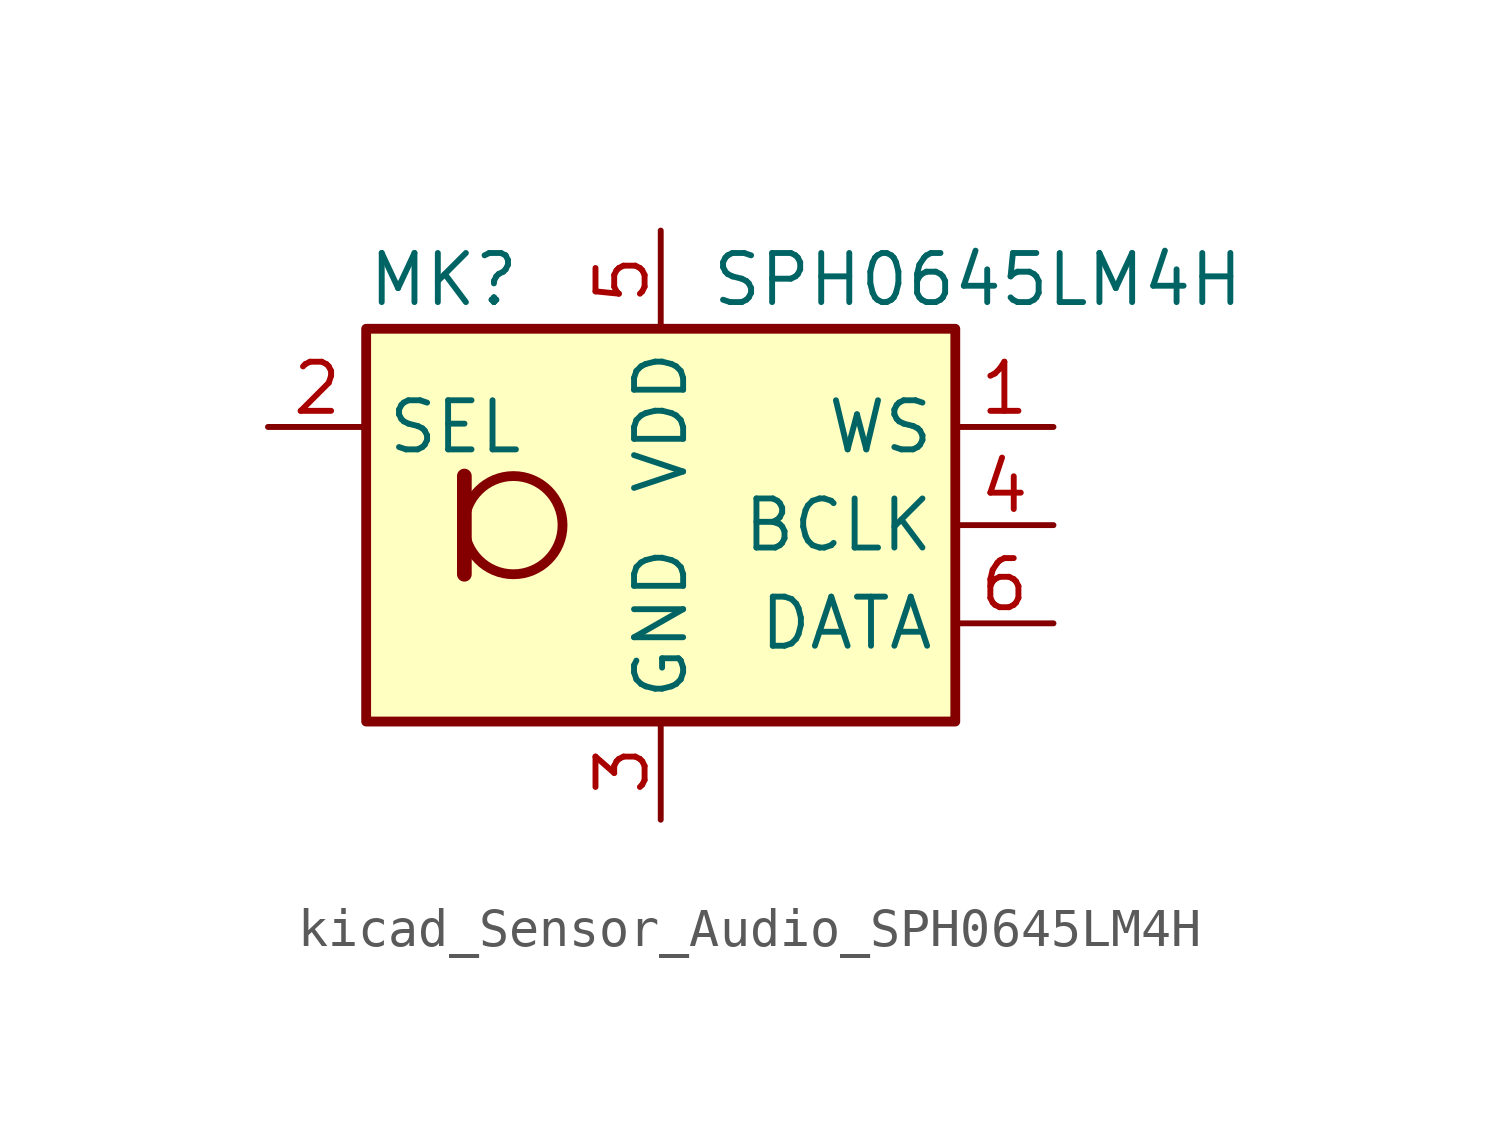
<source format=kicad_sym>
(kicad_symbol_lib
  (version 20220914)
  (generator kicad_symbol_editor)
  (symbol "kicad_Sensor_Audio_SPH0645LM4H"
    (property "Reference" "MK"
      (at -7.62 6.35 0)
      (effects (font (size 1.27 1.27)) (justify left)))
    (property "Value" "SPH0645LM4H"
      (at 1.27 6.35 0)
      (effects (font (size 1.27 1.27)) (justify left)))
    (symbol "kicad_Sensor_Audio_SPH0645LM4H_1_1"
      (rectangle (start -7.62 5.08) (end 7.62 -5.08) (stroke (width 0.254) (type default)) (fill (type background)))
      (circle (center -3.81 0) (radius 1.27) (stroke (width 0.254) (type default)) (fill (type none)))
      (polyline (pts (xy -5.08 1.27) (xy -5.08 -1.27)) (stroke (width 0.381) (type default)) (fill (type none)))
      (pin input line (at 10.16 2.54 180) (length 2.54) (name "WS" (effects (font (size 1.27 1.27)))) (number "1" (effects (font (size 1.27 1.27)))))
      (pin input line (at -10.16 2.54 0) (length 2.54) (name "SEL" (effects (font (size 1.27 1.27)))) (number "2" (effects (font (size 1.27 1.27)))))
      (pin power_in line (at 0 -7.62 90) (length 2.54) (name "GND" (effects (font (size 1.27 1.27)))) (number "3" (effects (font (size 1.27 1.27)))))
      (pin input line (at 10.16 0 180) (length 2.54) (name "BCLK" (effects (font (size 1.27 1.27)))) (number "4" (effects (font (size 1.27 1.27)))))
      (pin power_in line (at 0 7.62 270) (length 2.54) (name "VDD" (effects (font (size 1.27 1.27)))) (number "5" (effects (font (size 1.27 1.27)))))
      (pin output line (at 10.16 -2.54 180) (length 2.54) (name "DATA" (effects (font (size 1.27 1.27)))) (number "6" (effects (font (size 1.27 1.27))))))))
</source>
